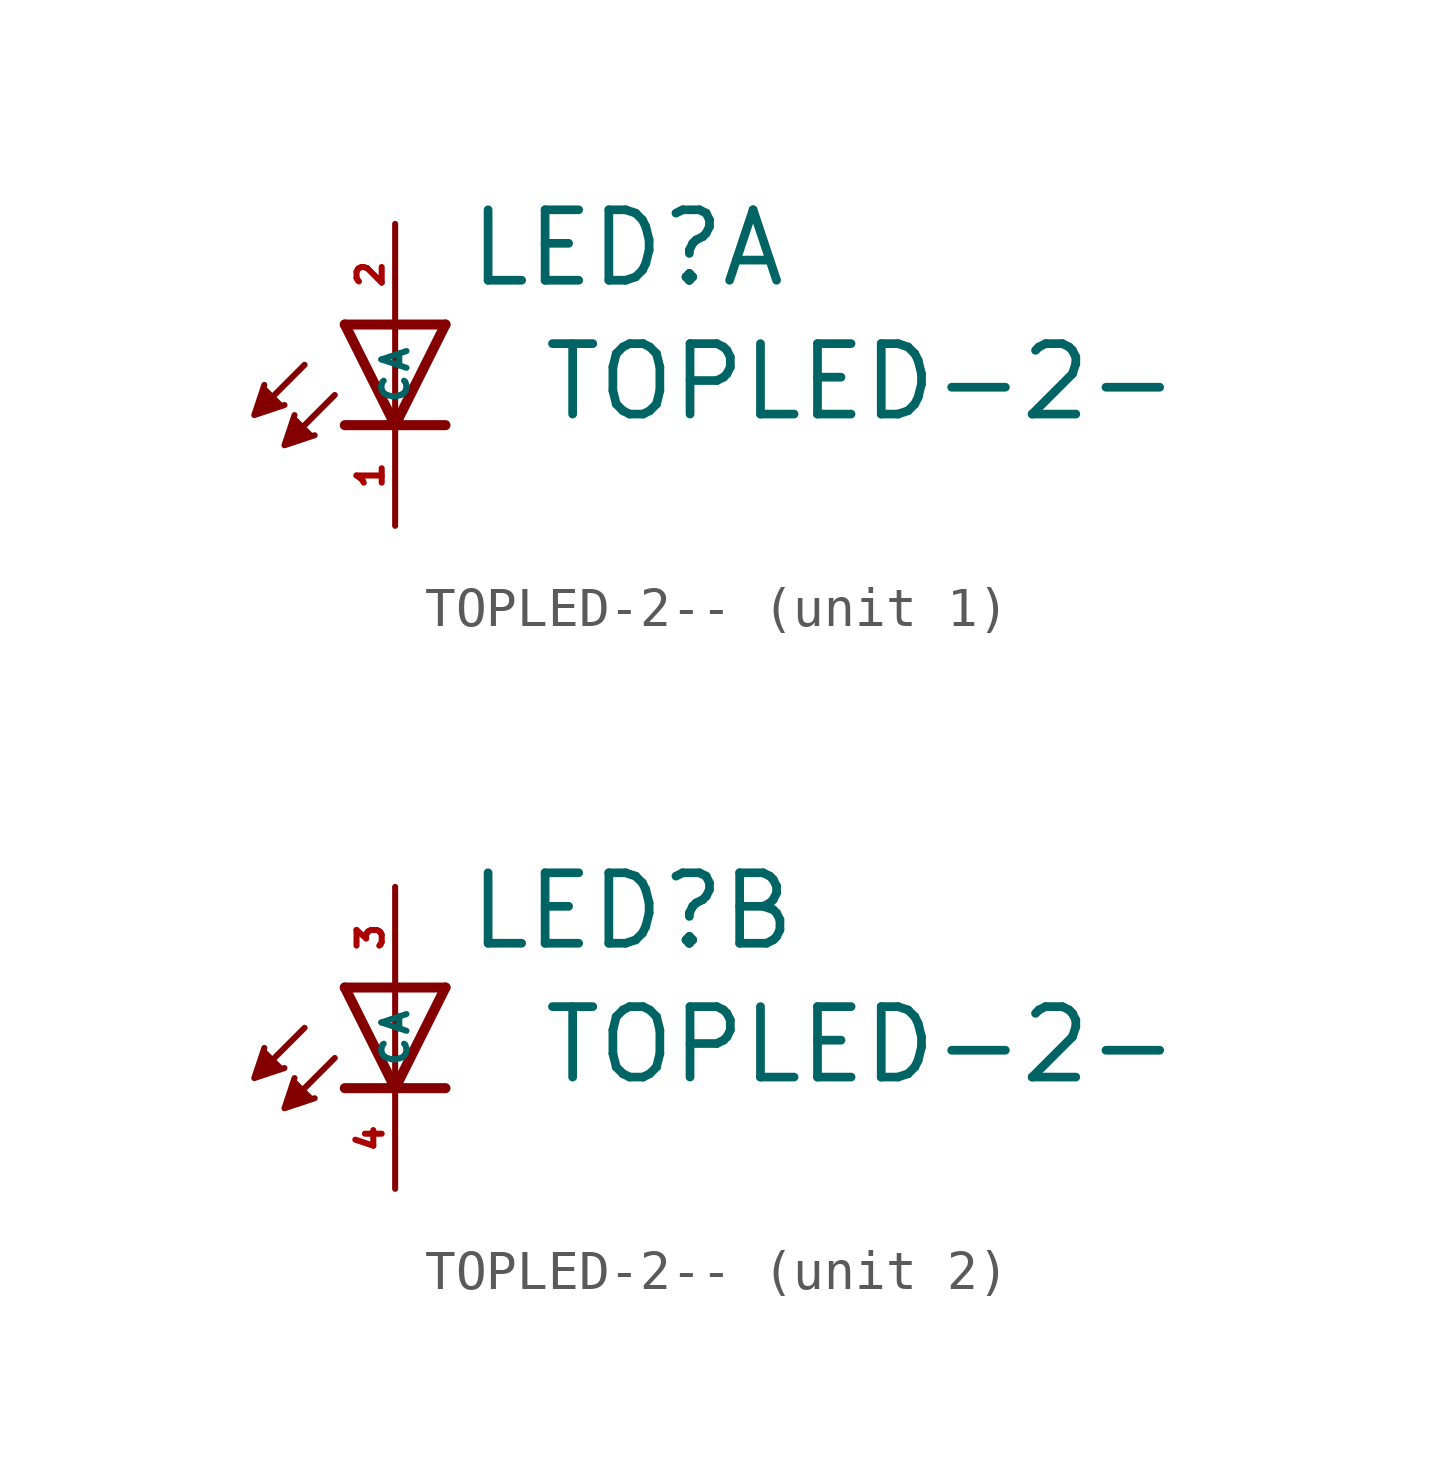
<source format=kicad_sym>
(kicad_symbol_lib
  (version 20220914)
  (generator kicad_symbol_editor)
  (symbol "TOPLED-2--"
    (property "Reference" "LED"
      (at 1.778 0.889 0)
      (effects (font (size 1.778 1.778) (thickness 0.22)) (justify left bottom)))
    (property "Value" "TOPLED-2-"
      (at 3.658 -2.489 0)
      (effects (font (size 1.778 1.778) (thickness 0.22)) (justify left bottom)))
    (symbol "TOPLED-2--_1_0"
      (polyline (pts (xy -2.286 -1.016) (xy -3.175 -1.905)) (stroke (width 0.152) (type default)) (fill (type none)))
      (polyline (pts (xy -1.524 -1.778) (xy -2.413 -2.667)) (stroke (width 0.152) (type default)) (fill (type none)))
      (polyline (pts (xy 0 -2.54) (xy -1.27 -2.54)) (stroke (width 0.254) (type default)) (fill (type none)))
      (polyline (pts (xy 0 -2.54) (xy -1.27 0)) (stroke (width 0.254) (type default)) (fill (type none)))
      (polyline (pts (xy 0 0) (xy -1.27 0)) (stroke (width 0.254) (type default)) (fill (type none)))
      (polyline (pts (xy 0 0) (xy 0 -2.54)) (stroke (width 0.152) (type default)) (fill (type none)))
      (polyline (pts (xy 1.27 -2.54) (xy 0 -2.54)) (stroke (width 0.254) (type default)) (fill (type none)))
      (polyline (pts (xy 1.27 0) (xy 0 -2.54)) (stroke (width 0.254) (type default)) (fill (type none)))
      (polyline (pts (xy 1.27 0) (xy 0 0)) (stroke (width 0.254) (type default)) (fill (type none)))
      (polyline (pts (xy -3.302 -1.524) (xy -3.556 -2.286) (xy -2.794 -2.032)) (stroke (width 0.152) (type default)) (fill (type outline)))
      (polyline (pts (xy -2.54 -2.286) (xy -2.794 -3.048) (xy -2.032 -2.794)) (stroke (width 0.152) (type default)) (fill (type outline)))
      (pin passive line (at 0 -5.08 90) (length 2.54) (name "C" (effects (font (size 0.635 0.635)))) (number "1" (effects (font (size 0.635 0.635)))))
      (pin passive line (at 0 2.54 270) (length 2.54) (name "A" (effects (font (size 0.635 0.635)))) (number "2" (effects (font (size 0.635 0.635))))))
    (symbol "TOPLED-2--_2_0"
      (polyline (pts (xy -2.286 -1.016) (xy -3.175 -1.905)) (stroke (width 0.152) (type default)) (fill (type none)))
      (polyline (pts (xy -1.524 -1.778) (xy -2.413 -2.667)) (stroke (width 0.152) (type default)) (fill (type none)))
      (polyline (pts (xy 0 -2.54) (xy -1.27 -2.54)) (stroke (width 0.254) (type default)) (fill (type none)))
      (polyline (pts (xy 0 -2.54) (xy -1.27 0)) (stroke (width 0.254) (type default)) (fill (type none)))
      (polyline (pts (xy 0 0) (xy -1.27 0)) (stroke (width 0.254) (type default)) (fill (type none)))
      (polyline (pts (xy 0 0) (xy 0 -2.54)) (stroke (width 0.152) (type default)) (fill (type none)))
      (polyline (pts (xy 1.27 -2.54) (xy 0 -2.54)) (stroke (width 0.254) (type default)) (fill (type none)))
      (polyline (pts (xy 1.27 0) (xy 0 -2.54)) (stroke (width 0.254) (type default)) (fill (type none)))
      (polyline (pts (xy 1.27 0) (xy 0 0)) (stroke (width 0.254) (type default)) (fill (type none)))
      (polyline (pts (xy -3.302 -1.524) (xy -3.556 -2.286) (xy -2.794 -2.032)) (stroke (width 0.152) (type default)) (fill (type outline)))
      (polyline (pts (xy -2.54 -2.286) (xy -2.794 -3.048) (xy -2.032 -2.794)) (stroke (width 0.152) (type default)) (fill (type outline)))
      (pin passive line (at 0 2.54 270) (length 2.54) (name "A" (effects (font (size 0.635 0.635)))) (number "3" (effects (font (size 0.635 0.635)))))
      (pin passive line (at 0 -5.08 90) (length 2.54) (name "C" (effects (font (size 0.635 0.635)))) (number "4" (effects (font (size 0.635 0.635))))))))
</source>
